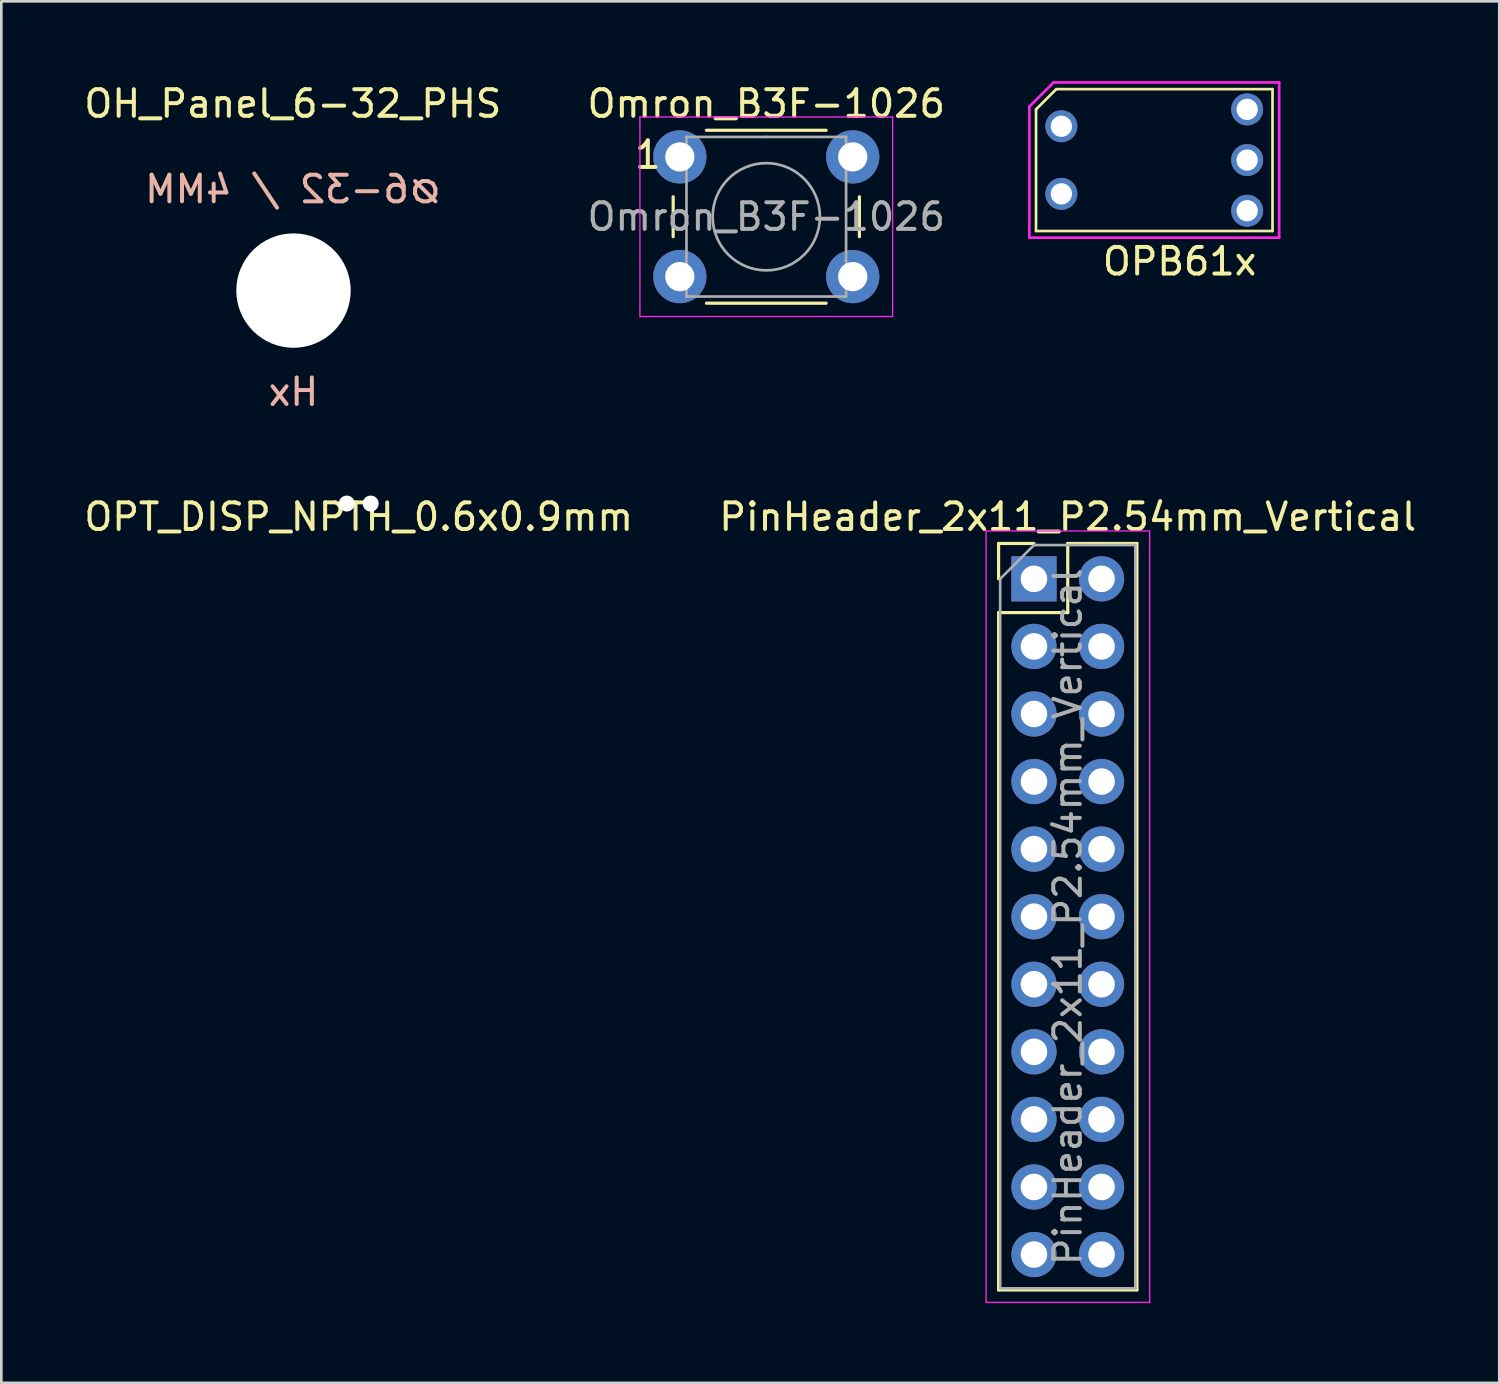
<source format=kicad_pcb>
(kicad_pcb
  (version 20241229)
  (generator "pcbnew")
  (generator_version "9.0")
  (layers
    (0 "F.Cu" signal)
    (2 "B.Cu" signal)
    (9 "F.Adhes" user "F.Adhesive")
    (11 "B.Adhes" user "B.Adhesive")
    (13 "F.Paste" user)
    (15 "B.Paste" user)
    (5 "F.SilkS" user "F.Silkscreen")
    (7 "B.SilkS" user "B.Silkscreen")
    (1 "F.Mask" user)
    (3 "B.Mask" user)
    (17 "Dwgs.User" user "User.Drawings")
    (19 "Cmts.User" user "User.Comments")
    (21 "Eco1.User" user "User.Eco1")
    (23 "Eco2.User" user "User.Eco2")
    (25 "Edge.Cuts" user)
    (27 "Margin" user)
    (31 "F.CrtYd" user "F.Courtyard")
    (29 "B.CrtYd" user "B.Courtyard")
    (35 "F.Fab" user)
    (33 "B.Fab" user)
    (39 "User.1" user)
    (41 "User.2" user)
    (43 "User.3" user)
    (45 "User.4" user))
  (footprint "Omron_B3F-1026"
    (layer "F.Cu")
    (at 22.506 2.848)
    (property "Reference" "Omron_B3F-1026" (at 3.25 -2 0) (layer "F.SilkS") (effects (font (size 1 1) (thickness 0.15))))
    (attr through_hole)
    (fp_line (start -0.25 1.5) (end -0.25 3) (stroke (width 0.12) (type solid)) (layer "F.SilkS"))
    (fp_line (start 1 5.5) (end 5.5 5.5) (stroke (width 0.12) (type solid)) (layer "F.SilkS"))
    (fp_line (start 5.5 -1) (end 1 -1) (stroke (width 0.12) (type solid)) (layer "F.SilkS"))
    (fp_line (start 6.75 3) (end 6.75 1.5) (stroke (width 0.12) (type solid)) (layer "F.SilkS"))
    (fp_line (start -1.5 -1.5) (end -1.25 -1.5) (stroke (width 0.05) (type solid)) (layer "F.CrtYd"))
    (fp_line (start -1.5 -1.25) (end -1.5 -1.5) (stroke (width 0.05) (type solid)) (layer "F.CrtYd"))
    (fp_line (start -1.5 5.75) (end -1.5 -1.25) (stroke (width 0.05) (type solid)) (layer "F.CrtYd"))
    (fp_line (start -1.5 5.75) (end -1.5 6) (stroke (width 0.05) (type solid)) (layer "F.CrtYd"))
    (fp_line (start -1.5 6) (end -1.25 6) (stroke (width 0.05) (type solid)) (layer "F.CrtYd"))
    (fp_line (start -1.25 -1.5) (end 7.75 -1.5) (stroke (width 0.05) (type solid)) (layer "F.CrtYd"))
    (fp_line (start 7.75 -1.5) (end 8 -1.5) (stroke (width 0.05) (type solid)) (layer "F.CrtYd"))
    (fp_line (start 7.75 6) (end -1.25 6) (stroke (width 0.05) (type solid)) (layer "F.CrtYd"))
    (fp_line (start 7.75 6) (end 8 6) (stroke (width 0.05) (type solid)) (layer "F.CrtYd"))
    (fp_line (start 8 -1.5) (end 8 -1.25) (stroke (width 0.05) (type solid)) (layer "F.CrtYd"))
    (fp_line (start 8 -1.25) (end 8 5.75) (stroke (width 0.05) (type solid)) (layer "F.CrtYd"))
    (fp_line (start 8 6) (end 8 5.75) (stroke (width 0.05) (type solid)) (layer "F.CrtYd"))
    (fp_line (start 0.25 -0.75) (end 3.25 -0.75) (stroke (width 0.1) (type solid)) (layer "F.Fab"))
    (fp_line (start 0.25 5.25) (end 0.25 -0.75) (stroke (width 0.1) (type solid)) (layer "F.Fab"))
    (fp_line (start 3.25 -0.75) (end 6.25 -0.75) (stroke (width 0.1) (type solid)) (layer "F.Fab"))
    (fp_line (start 6.25 -0.75) (end 6.25 5.25) (stroke (width 0.1) (type solid)) (layer "F.Fab"))
    (fp_line (start 6.25 5.25) (end 0.25 5.25) (stroke (width 0.1) (type solid)) (layer "F.Fab"))
    (fp_circle (center 3.25 2.25) (end 1.25 2.5) (stroke (width 0.1) (type solid)) (fill no) (layer "F.Fab"))
    (fp_text user "1" (at -1.778 0.508 0) (unlocked yes) (layer "F.SilkS") (effects (font (size 1 1) (thickness 0.15)) (justify left bottom)))
    (fp_text user "${REFERENCE}" (at 3.25 2.25 0) (layer "F.Fab") (effects (font (size 1 1) (thickness 0.15))))
    (pad "1" thru_hole circle (at 0 0 90) (size 2 2) (drill 1.1) (layers "*.Cu" "*.Mask"))
    (pad "2" thru_hole circle (at 6.5 0 90) (size 2 2) (drill 1.1) (layers "*.Cu" "*.Mask"))
    (pad "3" thru_hole circle (at 0 4.5 90) (size 2 2) (drill 1.1) (layers "*.Cu" "*.Mask"))
    (pad "4" thru_hole circle (at 6.5 4.5 90) (size 2 2) (drill 1.1) (layers "*.Cu" "*.Mask")))
  (footprint "OH_Panel_6-32_PHS"
    (layer "F.Cu")
    (at 7.983 7.873)
    (property "Reference" "OH_Panel_6-32_PHS" (at -0.025 -7.025 0) (layer "F.SilkS") (effects (font (size 1 1) (thickness 0.15))))
    (attr through_hole board_only exclude_from_pos_files exclude_from_bom)
    (fp_text user "Hx" (at 0 3.81 0) (layer "B.SilkS") (effects (font (size 1 1) (thickness 0.15)) (justify mirror)))
    (fp_text user "⌀6-32 / 4MM" (at 0 -3.81 0) (layer "B.SilkS") (effects (font (size 1 1) (thickness 0.15)) (justify mirror)))
    (pad "" np_thru_hole circle (at 0 0) (size 4.3 4.3) (drill 4.3) (layers "*.Cu" "*.Mask")))
  (footprint "OPB61x"
    (layer "F.Cu")
    (at 36.848 1.697)
    (property "Reference" "OPB61x" (at 4.445 5.08 0) (layer "F.SilkS") (effects (font (size 1 1) (thickness 0.15))))
    (attr through_hole)
    (fp_line (start -0.952 -0.635) (end -0.952 3.937) (stroke (width 0.1) (type solid)) (layer "F.SilkS"))
    (fp_line (start -0.952 -0.635) (end -0.19 -1.397) (stroke (width 0.1) (type solid)) (layer "F.SilkS"))
    (fp_line (start -0.19 -1.397) (end 7.938 -1.397) (stroke (width 0.1) (type solid)) (layer "F.SilkS"))
    (fp_line (start 7.938 -1.397) (end 7.938 3.937) (stroke (width 0.1) (type solid)) (layer "F.SilkS"))
    (fp_line (start 7.938 3.937) (end -0.952 3.937) (stroke (width 0.1) (type solid)) (layer "F.SilkS"))
    (fp_line (start 0.254 0.254) (end -0.254 -0.254) (stroke (width 0.1) (type solid)) (layer "Eco1.User"))
    (fp_circle (center 0.00018 -0.0002) (end 0.4 -0.0002) (stroke (width 0.1) (type solid)) (fill no) (layer "Eco1.User"))
    (fp_circle (center 0.00018 2.54) (end 0.4 2.54) (stroke (width 0.1) (type solid)) (fill no) (layer "Eco1.User"))
    (fp_circle (center 6.985 -0.635) (end 7.385 -0.635) (stroke (width 0.1) (type solid)) (fill no) (layer "Eco1.User"))
    (fp_circle (center 6.985 1.27) (end 7.385 1.27) (stroke (width 0.1) (type solid)) (fill no) (layer "Eco1.User"))
    (fp_circle (center 6.985 3.175) (end 7.385 3.175) (stroke (width 0.1) (type solid)) (fill no) (layer "Eco1.User"))
    (fp_line (start -1.202 -0.739) (end -1.202 4.187) (stroke (width 0.1) (type solid)) (layer "F.CrtYd"))
    (fp_line (start -1.202 -0.739) (end -0.294 -1.647) (stroke (width 0.1) (type solid)) (layer "F.CrtYd"))
    (fp_line (start -0.294 -1.647) (end 8.188 -1.647) (stroke (width 0.1) (type solid)) (layer "F.CrtYd"))
    (fp_line (start 8.188 -1.647) (end 8.188 4.187) (stroke (width 0.1) (type solid)) (layer "F.CrtYd"))
    (fp_line (start 8.188 4.187) (end -1.202 4.187) (stroke (width 0.1) (type solid)) (layer "F.CrtYd"))
    (pad "1" thru_hole circle (at 0.00018 -0.0002) (size 1.2 1.2) (drill 0.8) (layers "*.Cu" "*.Mask"))
    (pad "2" thru_hole circle (at 0.00018 2.54) (size 1.2 1.2) (drill 0.8) (layers "*.Cu" "*.Mask"))
    (pad "3" thru_hole circle (at 6.985 3.175) (size 1.2 1.2) (drill 0.8) (layers "*.Cu" "*.Mask"))
    (pad "4" thru_hole circle (at 6.985 1.27) (size 1.2 1.2) (drill 0.8) (layers "*.Cu" "*.Mask"))
    (pad "5" thru_hole circle (at 6.985 -0.635) (size 1.2 1.2) (drill 0.8) (layers "*.Cu" "*.Mask")))
  (footprint "OPT_DISP_NPTH_0.6x0.9mm"
    (layer "F.Cu")
    (at 10.435 15.88)
    (property "Reference" "OPT_DISP_NPTH_0.6x0.9mm" (at 0 0.5 0) (layer "F.SilkS") (effects (font (size 1 1) (thickness 0.15))))
    (attr through_hole)
    (pad "" np_thru_hole circle (at -0.45 0) (size 0.6 0.6) (drill 0.6) (layers "*.Cu" "*.Mask"))
    (pad "" np_thru_hole circle (at 0.45 0) (size 0.6 0.6) (drill 0.6) (layers "*.Cu" "*.Mask")))
  (footprint "PinHeader_2x11_P2.54mm_Vertical"
    (layer "F.Cu")
    (at 35.819 18.71)
    (property "Reference" "PinHeader_2x11_P2.54mm_Vertical" (at 1.27 -2.33 0) (layer "F.SilkS") (effects (font (size 1 1) (thickness 0.15))))
    (attr through_hole)
    (fp_line (start -1.33 -1.33) (end 0 -1.33) (stroke (width 0.12) (type solid)) (layer "F.SilkS"))
    (fp_line (start -1.33 0) (end -1.33 -1.33) (stroke (width 0.12) (type solid)) (layer "F.SilkS"))
    (fp_line (start -1.33 1.27) (end -1.33 26.73) (stroke (width 0.12) (type solid)) (layer "F.SilkS"))
    (fp_line (start -1.33 1.27) (end 1.27 1.27) (stroke (width 0.12) (type solid)) (layer "F.SilkS"))
    (fp_line (start -1.33 26.73) (end 3.87 26.73) (stroke (width 0.12) (type solid)) (layer "F.SilkS"))
    (fp_line (start 1.27 -1.33) (end 3.87 -1.33) (stroke (width 0.12) (type solid)) (layer "F.SilkS"))
    (fp_line (start 1.27 1.27) (end 1.27 -1.33) (stroke (width 0.12) (type solid)) (layer "F.SilkS"))
    (fp_line (start 3.87 -1.33) (end 3.87 26.73) (stroke (width 0.12) (type solid)) (layer "F.SilkS"))
    (fp_line (start -1.8 -1.8) (end -1.8 27.2) (stroke (width 0.05) (type solid)) (layer "F.CrtYd"))
    (fp_line (start -1.8 27.2) (end 4.35 27.2) (stroke (width 0.05) (type solid)) (layer "F.CrtYd"))
    (fp_line (start 4.35 -1.8) (end -1.8 -1.8) (stroke (width 0.05) (type solid)) (layer "F.CrtYd"))
    (fp_line (start 4.35 27.2) (end 4.35 -1.8) (stroke (width 0.05) (type solid)) (layer "F.CrtYd"))
    (fp_line (start -1.27 0) (end 0 -1.27) (stroke (width 0.1) (type solid)) (layer "F.Fab"))
    (fp_line (start -1.27 26.67) (end -1.27 0) (stroke (width 0.1) (type solid)) (layer "F.Fab"))
    (fp_line (start 0 -1.27) (end 3.81 -1.27) (stroke (width 0.1) (type solid)) (layer "F.Fab"))
    (fp_line (start 3.81 -1.27) (end 3.81 26.67) (stroke (width 0.1) (type solid)) (layer "F.Fab"))
    (fp_line (start 3.81 26.67) (end -1.27 26.67) (stroke (width 0.1) (type solid)) (layer "F.Fab"))
    (fp_text user "${REFERENCE}" (at 1.27 12.7 270) (layer "F.Fab") (effects (font (size 1 1) (thickness 0.15))))
    (pad "1" thru_hole rect (at 0 0) (size 1.7 1.7) (drill 1) (layers "*.Cu" "*.Mask"))
    (pad "2" thru_hole oval (at 2.54 0) (size 1.7 1.7) (drill 1) (layers "*.Cu" "*.Mask"))
    (pad "3" thru_hole oval (at 0 2.54) (size 1.7 1.7) (drill 1) (layers "*.Cu" "*.Mask"))
    (pad "4" thru_hole oval (at 2.54 2.54) (size 1.7 1.7) (drill 1) (layers "*.Cu" "*.Mask"))
    (pad "5" thru_hole oval (at 0 5.08) (size 1.7 1.7) (drill 1) (layers "*.Cu" "*.Mask"))
    (pad "6" thru_hole oval (at 2.54 5.08) (size 1.7 1.7) (drill 1) (layers "*.Cu" "*.Mask"))
    (pad "7" thru_hole oval (at 0 7.62) (size 1.7 1.7) (drill 1) (layers "*.Cu" "*.Mask"))
    (pad "8" thru_hole oval (at 2.54 7.62) (size 1.7 1.7) (drill 1) (layers "*.Cu" "*.Mask"))
    (pad "9" thru_hole oval (at 0 10.16) (size 1.7 1.7) (drill 1) (layers "*.Cu" "*.Mask"))
    (pad "10" thru_hole oval (at 2.54 10.16) (size 1.7 1.7) (drill 1) (layers "*.Cu" "*.Mask"))
    (pad "11" thru_hole oval (at 0 12.7) (size 1.7 1.7) (drill 1) (layers "*.Cu" "*.Mask"))
    (pad "12" thru_hole oval (at 2.54 12.7) (size 1.7 1.7) (drill 1) (layers "*.Cu" "*.Mask"))
    (pad "13" thru_hole oval (at 0 15.24) (size 1.7 1.7) (drill 1) (layers "*.Cu" "*.Mask"))
    (pad "14" thru_hole oval (at 2.54 15.24) (size 1.7 1.7) (drill 1) (layers "*.Cu" "*.Mask"))
    (pad "15" thru_hole oval (at 0 17.78) (size 1.7 1.7) (drill 1) (layers "*.Cu" "*.Mask"))
    (pad "16" thru_hole oval (at 2.54 17.78) (size 1.7 1.7) (drill 1) (layers "*.Cu" "*.Mask"))
    (pad "17" thru_hole oval (at 0 20.32) (size 1.7 1.7) (drill 1) (layers "*.Cu" "*.Mask"))
    (pad "18" thru_hole oval (at 2.54 20.32) (size 1.7 1.7) (drill 1) (layers "*.Cu" "*.Mask"))
    (pad "19" thru_hole oval (at 0 22.86) (size 1.7 1.7) (drill 1) (layers "*.Cu" "*.Mask"))
    (pad "20" thru_hole oval (at 2.54 22.86) (size 1.7 1.7) (drill 1) (layers "*.Cu" "*.Mask"))
    (pad "21" thru_hole oval (at 0 25.4) (size 1.7 1.7) (drill 1) (layers "*.Cu" "*.Mask"))
    (pad "22" thru_hole oval (at 2.54 25.4) (size 1.7 1.7) (drill 1) (layers "*.Cu" "*.Mask")))
  (gr_rect
    (start -3 -3)
    (end 53.31 48.935)
    (stroke (width 0.1) (type default))
    (fill no)
    (layer "Edge.Cuts")))
</source>
